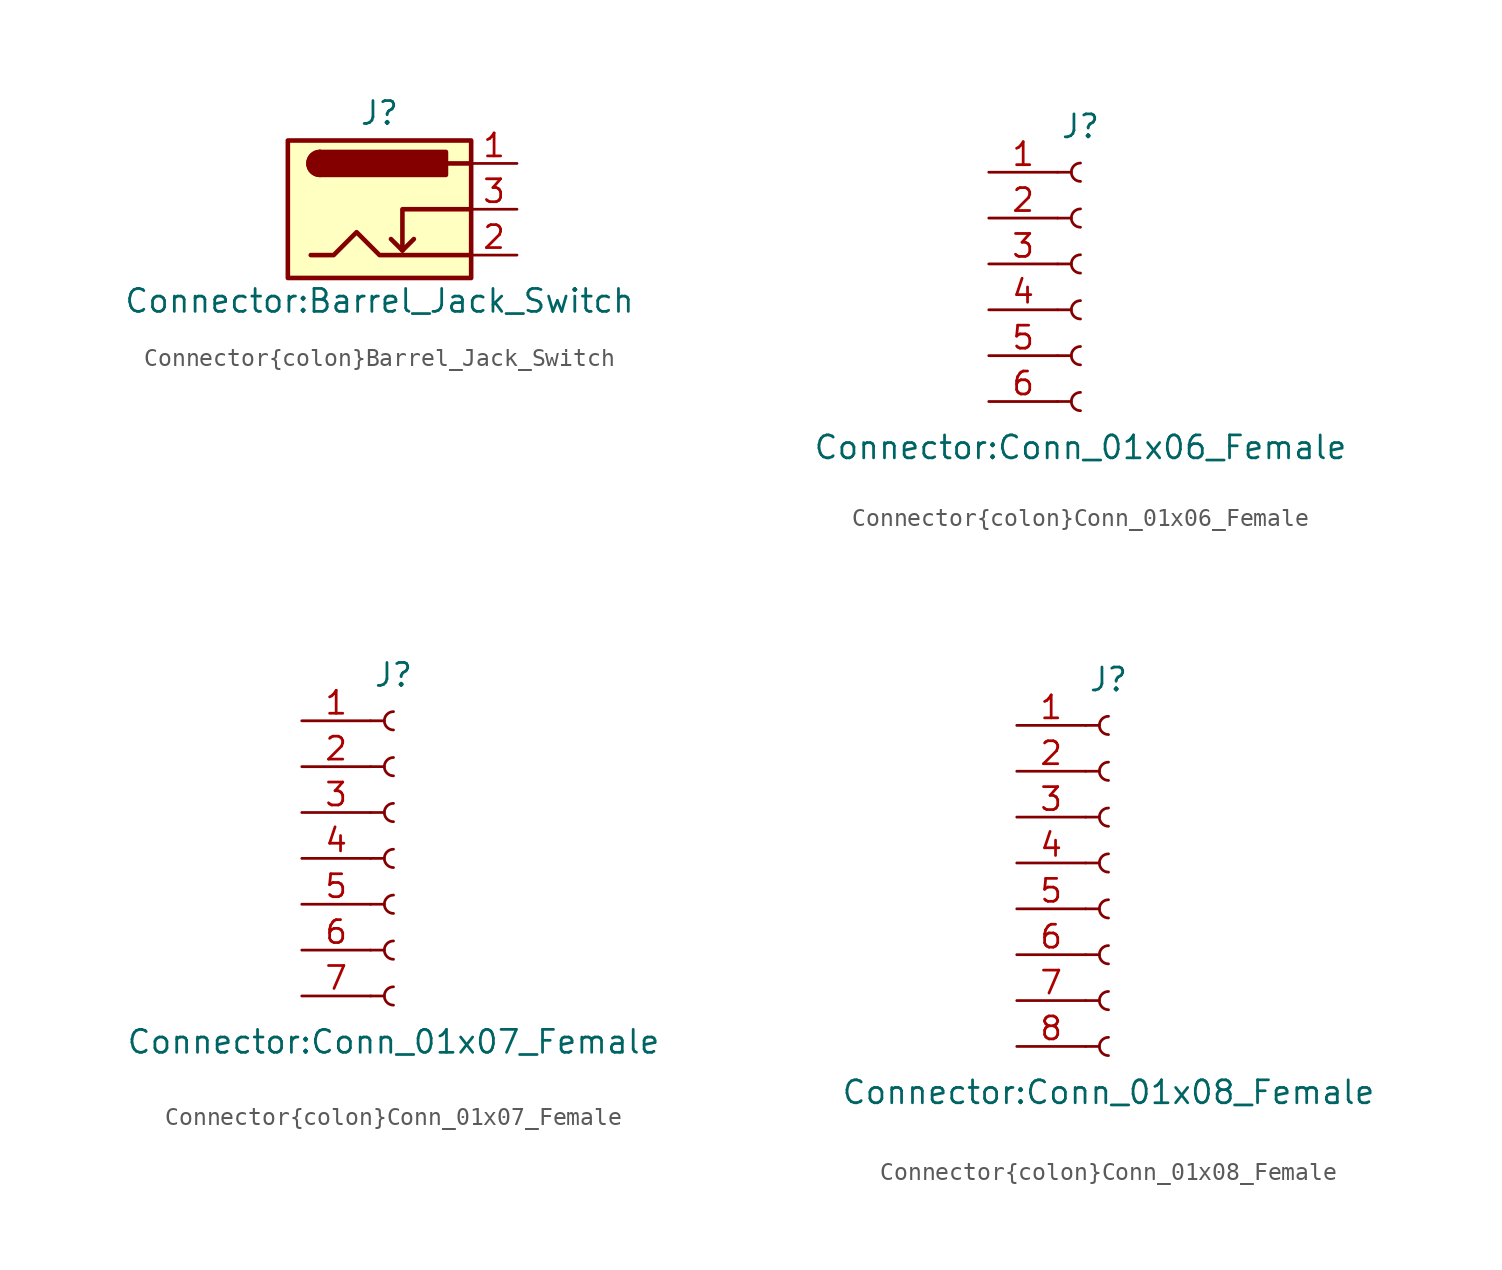
<source format=kicad_sym>
(kicad_symbol_lib
  (version 20211014)
  (generator kicad_symbol_editor)
  (symbol "Connector{colon}Barrel_Jack_Switch"
    (pin_names hide)
    (property "Reference" "J"
      (at 0 5.334 0)
      (effects (font (size 1.27 1.27))))
    (property "Value" "Connector{colon}Barrel_Jack_Switch"
      (at 0 -5.08 0)
      (effects (font (size 1.27 1.27))))
    (symbol "Connector{colon}Barrel_Jack_Switch_0_1"
      (rectangle (start -5.08 3.81) (end 5.08 -3.81) (stroke (width 0.254) (type default) (color 0 0 0 0)) (fill (type background)))
      (arc (start -3.302 3.175) (mid -3.937 2.54) (end -3.302 1.905) (stroke (width 0.254) (type default) (color 0 0 0 0)) (fill (type none)))
      (arc (start -3.302 3.175) (mid -3.937 2.54) (end -3.302 1.905) (stroke (width 0.254) (type default) (color 0 0 0 0)) (fill (type outline)))
      (polyline (pts (xy 1.27 -2.286) (xy 1.905 -1.651)) (stroke (width 0.254) (type default) (color 0 0 0 0)) (fill (type none)))
      (polyline (pts (xy 5.08 2.54) (xy 3.81 2.54)) (stroke (width 0.254) (type default) (color 0 0 0 0)) (fill (type none)))
      (polyline (pts (xy 5.08 0) (xy 1.27 0) (xy 1.27 -2.286) (xy 0.635 -1.651)) (stroke (width 0.254) (type default) (color 0 0 0 0)) (fill (type none)))
      (polyline (pts (xy -3.81 -2.54) (xy -2.54 -2.54) (xy -1.27 -1.27) (xy 0 -2.54) (xy 2.54 -2.54) (xy 5.08 -2.54)) (stroke (width 0.254) (type default) (color 0 0 0 0)) (fill (type none)))
      (rectangle (start 3.683 3.175) (end -3.302 1.905) (stroke (width 0.254) (type default) (color 0 0 0 0)) (fill (type outline))))
    (symbol "Connector{colon}Barrel_Jack_Switch_1_1"
      (pin passive line (at 7.62 2.54 180) (length 2.54) (name "~" (effects (font (size 1.27 1.27)))) (number "1" (effects (font (size 1.27 1.27)))))
      (pin passive line (at 7.62 -2.54 180) (length 2.54) (name "~" (effects (font (size 1.27 1.27)))) (number "2" (effects (font (size 1.27 1.27)))))
      (pin passive line (at 7.62 0 180) (length 2.54) (name "~" (effects (font (size 1.27 1.27)))) (number "3" (effects (font (size 1.27 1.27)))))))
  (symbol "Connector{colon}Conn_01x06_Female"
    (pin_names
      (offset 1.016) hide)
    (property "Reference" "J"
      (at 0 7.62 0)
      (effects (font (size 1.27 1.27))))
    (property "Value" "Connector{colon}Conn_01x06_Female"
      (at 0 -10.16 0)
      (effects (font (size 1.27 1.27))))
    (symbol "Connector{colon}Conn_01x06_Female_1_1"
      (arc (start 0 -7.112) (mid -0.508 -7.62) (end 0 -8.128) (stroke (width 0.1524) (type default) (color 0 0 0 0)) (fill (type none)))
      (arc (start 0 -4.572) (mid -0.508 -5.08) (end 0 -5.588) (stroke (width 0.1524) (type default) (color 0 0 0 0)) (fill (type none)))
      (arc (start 0 -2.032) (mid -0.508 -2.54) (end 0 -3.048) (stroke (width 0.1524) (type default) (color 0 0 0 0)) (fill (type none)))
      (polyline (pts (xy -1.27 -7.62) (xy -0.508 -7.62)) (stroke (width 0.152) (type default) (color 0 0 0 0)) (fill (type none)))
      (polyline (pts (xy -1.27 -5.08) (xy -0.508 -5.08)) (stroke (width 0.152) (type default) (color 0 0 0 0)) (fill (type none)))
      (polyline (pts (xy -1.27 -2.54) (xy -0.508 -2.54)) (stroke (width 0.152) (type default) (color 0 0 0 0)) (fill (type none)))
      (polyline (pts (xy -1.27 0) (xy -0.508 0)) (stroke (width 0.152) (type default) (color 0 0 0 0)) (fill (type none)))
      (polyline (pts (xy -1.27 2.54) (xy -0.508 2.54)) (stroke (width 0.152) (type default) (color 0 0 0 0)) (fill (type none)))
      (polyline (pts (xy -1.27 5.08) (xy -0.508 5.08)) (stroke (width 0.152) (type default) (color 0 0 0 0)) (fill (type none)))
      (arc (start 0 0.508) (mid -0.508 0) (end 0 -0.508) (stroke (width 0.1524) (type default) (color 0 0 0 0)) (fill (type none)))
      (arc (start 0 3.048) (mid -0.508 2.54) (end 0 2.032) (stroke (width 0.1524) (type default) (color 0 0 0 0)) (fill (type none)))
      (arc (start 0 5.588) (mid -0.508 5.08) (end 0 4.572) (stroke (width 0.1524) (type default) (color 0 0 0 0)) (fill (type none)))
      (pin passive line (at -5.08 5.08 0) (length 3.81) (name "Pin_1" (effects (font (size 1.27 1.27)))) (number "1" (effects (font (size 1.27 1.27)))))
      (pin passive line (at -5.08 2.54 0) (length 3.81) (name "Pin_2" (effects (font (size 1.27 1.27)))) (number "2" (effects (font (size 1.27 1.27)))))
      (pin passive line (at -5.08 0 0) (length 3.81) (name "Pin_3" (effects (font (size 1.27 1.27)))) (number "3" (effects (font (size 1.27 1.27)))))
      (pin passive line (at -5.08 -2.54 0) (length 3.81) (name "Pin_4" (effects (font (size 1.27 1.27)))) (number "4" (effects (font (size 1.27 1.27)))))
      (pin passive line (at -5.08 -5.08 0) (length 3.81) (name "Pin_5" (effects (font (size 1.27 1.27)))) (number "5" (effects (font (size 1.27 1.27)))))
      (pin passive line (at -5.08 -7.62 0) (length 3.81) (name "Pin_6" (effects (font (size 1.27 1.27)))) (number "6" (effects (font (size 1.27 1.27)))))))
  (symbol "Connector{colon}Conn_01x07_Female"
    (pin_names
      (offset 1.016) hide)
    (property "Reference" "J"
      (at 0 10.16 0)
      (effects (font (size 1.27 1.27))))
    (property "Value" "Connector{colon}Conn_01x07_Female"
      (at 0 -10.16 0)
      (effects (font (size 1.27 1.27))))
    (symbol "Connector{colon}Conn_01x07_Female_1_1"
      (arc (start 0 -7.112) (mid -0.508 -7.62) (end 0 -8.128) (stroke (width 0.1524) (type default) (color 0 0 0 0)) (fill (type none)))
      (arc (start 0 -4.572) (mid -0.508 -5.08) (end 0 -5.588) (stroke (width 0.1524) (type default) (color 0 0 0 0)) (fill (type none)))
      (arc (start 0 -2.032) (mid -0.508 -2.54) (end 0 -3.048) (stroke (width 0.1524) (type default) (color 0 0 0 0)) (fill (type none)))
      (polyline (pts (xy -1.27 -7.62) (xy -0.508 -7.62)) (stroke (width 0.152) (type default) (color 0 0 0 0)) (fill (type none)))
      (polyline (pts (xy -1.27 -5.08) (xy -0.508 -5.08)) (stroke (width 0.152) (type default) (color 0 0 0 0)) (fill (type none)))
      (polyline (pts (xy -1.27 -2.54) (xy -0.508 -2.54)) (stroke (width 0.152) (type default) (color 0 0 0 0)) (fill (type none)))
      (polyline (pts (xy -1.27 0) (xy -0.508 0)) (stroke (width 0.152) (type default) (color 0 0 0 0)) (fill (type none)))
      (polyline (pts (xy -1.27 2.54) (xy -0.508 2.54)) (stroke (width 0.152) (type default) (color 0 0 0 0)) (fill (type none)))
      (polyline (pts (xy -1.27 5.08) (xy -0.508 5.08)) (stroke (width 0.152) (type default) (color 0 0 0 0)) (fill (type none)))
      (polyline (pts (xy -1.27 7.62) (xy -0.508 7.62)) (stroke (width 0.152) (type default) (color 0 0 0 0)) (fill (type none)))
      (arc (start 0 0.508) (mid -0.508 0) (end 0 -0.508) (stroke (width 0.1524) (type default) (color 0 0 0 0)) (fill (type none)))
      (arc (start 0 3.048) (mid -0.508 2.54) (end 0 2.032) (stroke (width 0.1524) (type default) (color 0 0 0 0)) (fill (type none)))
      (arc (start 0 5.588) (mid -0.508 5.08) (end 0 4.572) (stroke (width 0.1524) (type default) (color 0 0 0 0)) (fill (type none)))
      (arc (start 0 8.128) (mid -0.508 7.62) (end 0 7.112) (stroke (width 0.1524) (type default) (color 0 0 0 0)) (fill (type none)))
      (pin passive line (at -5.08 7.62 0) (length 3.81) (name "Pin_1" (effects (font (size 1.27 1.27)))) (number "1" (effects (font (size 1.27 1.27)))))
      (pin passive line (at -5.08 5.08 0) (length 3.81) (name "Pin_2" (effects (font (size 1.27 1.27)))) (number "2" (effects (font (size 1.27 1.27)))))
      (pin passive line (at -5.08 2.54 0) (length 3.81) (name "Pin_3" (effects (font (size 1.27 1.27)))) (number "3" (effects (font (size 1.27 1.27)))))
      (pin passive line (at -5.08 0 0) (length 3.81) (name "Pin_4" (effects (font (size 1.27 1.27)))) (number "4" (effects (font (size 1.27 1.27)))))
      (pin passive line (at -5.08 -2.54 0) (length 3.81) (name "Pin_5" (effects (font (size 1.27 1.27)))) (number "5" (effects (font (size 1.27 1.27)))))
      (pin passive line (at -5.08 -5.08 0) (length 3.81) (name "Pin_6" (effects (font (size 1.27 1.27)))) (number "6" (effects (font (size 1.27 1.27)))))
      (pin passive line (at -5.08 -7.62 0) (length 3.81) (name "Pin_7" (effects (font (size 1.27 1.27)))) (number "7" (effects (font (size 1.27 1.27)))))))
  (symbol "Connector{colon}Conn_01x08_Female"
    (pin_names
      (offset 1.016) hide)
    (property "Reference" "J"
      (at 0 10.16 0)
      (effects (font (size 1.27 1.27))))
    (property "Value" "Connector{colon}Conn_01x08_Female"
      (at 0 -12.7 0)
      (effects (font (size 1.27 1.27))))
    (symbol "Connector{colon}Conn_01x08_Female_1_1"
      (arc (start 0 -9.652) (mid -0.508 -10.16) (end 0 -10.668) (stroke (width 0.1524) (type default) (color 0 0 0 0)) (fill (type none)))
      (arc (start 0 -7.112) (mid -0.508 -7.62) (end 0 -8.128) (stroke (width 0.1524) (type default) (color 0 0 0 0)) (fill (type none)))
      (arc (start 0 -4.572) (mid -0.508 -5.08) (end 0 -5.588) (stroke (width 0.1524) (type default) (color 0 0 0 0)) (fill (type none)))
      (arc (start 0 -2.032) (mid -0.508 -2.54) (end 0 -3.048) (stroke (width 0.1524) (type default) (color 0 0 0 0)) (fill (type none)))
      (polyline (pts (xy -1.27 -10.16) (xy -0.508 -10.16)) (stroke (width 0.152) (type default) (color 0 0 0 0)) (fill (type none)))
      (polyline (pts (xy -1.27 -7.62) (xy -0.508 -7.62)) (stroke (width 0.152) (type default) (color 0 0 0 0)) (fill (type none)))
      (polyline (pts (xy -1.27 -5.08) (xy -0.508 -5.08)) (stroke (width 0.152) (type default) (color 0 0 0 0)) (fill (type none)))
      (polyline (pts (xy -1.27 -2.54) (xy -0.508 -2.54)) (stroke (width 0.152) (type default) (color 0 0 0 0)) (fill (type none)))
      (polyline (pts (xy -1.27 0) (xy -0.508 0)) (stroke (width 0.152) (type default) (color 0 0 0 0)) (fill (type none)))
      (polyline (pts (xy -1.27 2.54) (xy -0.508 2.54)) (stroke (width 0.152) (type default) (color 0 0 0 0)) (fill (type none)))
      (polyline (pts (xy -1.27 5.08) (xy -0.508 5.08)) (stroke (width 0.152) (type default) (color 0 0 0 0)) (fill (type none)))
      (polyline (pts (xy -1.27 7.62) (xy -0.508 7.62)) (stroke (width 0.152) (type default) (color 0 0 0 0)) (fill (type none)))
      (arc (start 0 0.508) (mid -0.508 0) (end 0 -0.508) (stroke (width 0.1524) (type default) (color 0 0 0 0)) (fill (type none)))
      (arc (start 0 3.048) (mid -0.508 2.54) (end 0 2.032) (stroke (width 0.1524) (type default) (color 0 0 0 0)) (fill (type none)))
      (arc (start 0 5.588) (mid -0.508 5.08) (end 0 4.572) (stroke (width 0.1524) (type default) (color 0 0 0 0)) (fill (type none)))
      (arc (start 0 8.128) (mid -0.508 7.62) (end 0 7.112) (stroke (width 0.1524) (type default) (color 0 0 0 0)) (fill (type none)))
      (pin passive line (at -5.08 7.62 0) (length 3.81) (name "Pin_1" (effects (font (size 1.27 1.27)))) (number "1" (effects (font (size 1.27 1.27)))))
      (pin passive line (at -5.08 5.08 0) (length 3.81) (name "Pin_2" (effects (font (size 1.27 1.27)))) (number "2" (effects (font (size 1.27 1.27)))))
      (pin passive line (at -5.08 2.54 0) (length 3.81) (name "Pin_3" (effects (font (size 1.27 1.27)))) (number "3" (effects (font (size 1.27 1.27)))))
      (pin passive line (at -5.08 0 0) (length 3.81) (name "Pin_4" (effects (font (size 1.27 1.27)))) (number "4" (effects (font (size 1.27 1.27)))))
      (pin passive line (at -5.08 -2.54 0) (length 3.81) (name "Pin_5" (effects (font (size 1.27 1.27)))) (number "5" (effects (font (size 1.27 1.27)))))
      (pin passive line (at -5.08 -5.08 0) (length 3.81) (name "Pin_6" (effects (font (size 1.27 1.27)))) (number "6" (effects (font (size 1.27 1.27)))))
      (pin passive line (at -5.08 -7.62 0) (length 3.81) (name "Pin_7" (effects (font (size 1.27 1.27)))) (number "7" (effects (font (size 1.27 1.27)))))
      (pin passive line (at -5.08 -10.16 0) (length 3.81) (name "Pin_8" (effects (font (size 1.27 1.27)))) (number "8" (effects (font (size 1.27 1.27))))))))
</source>
